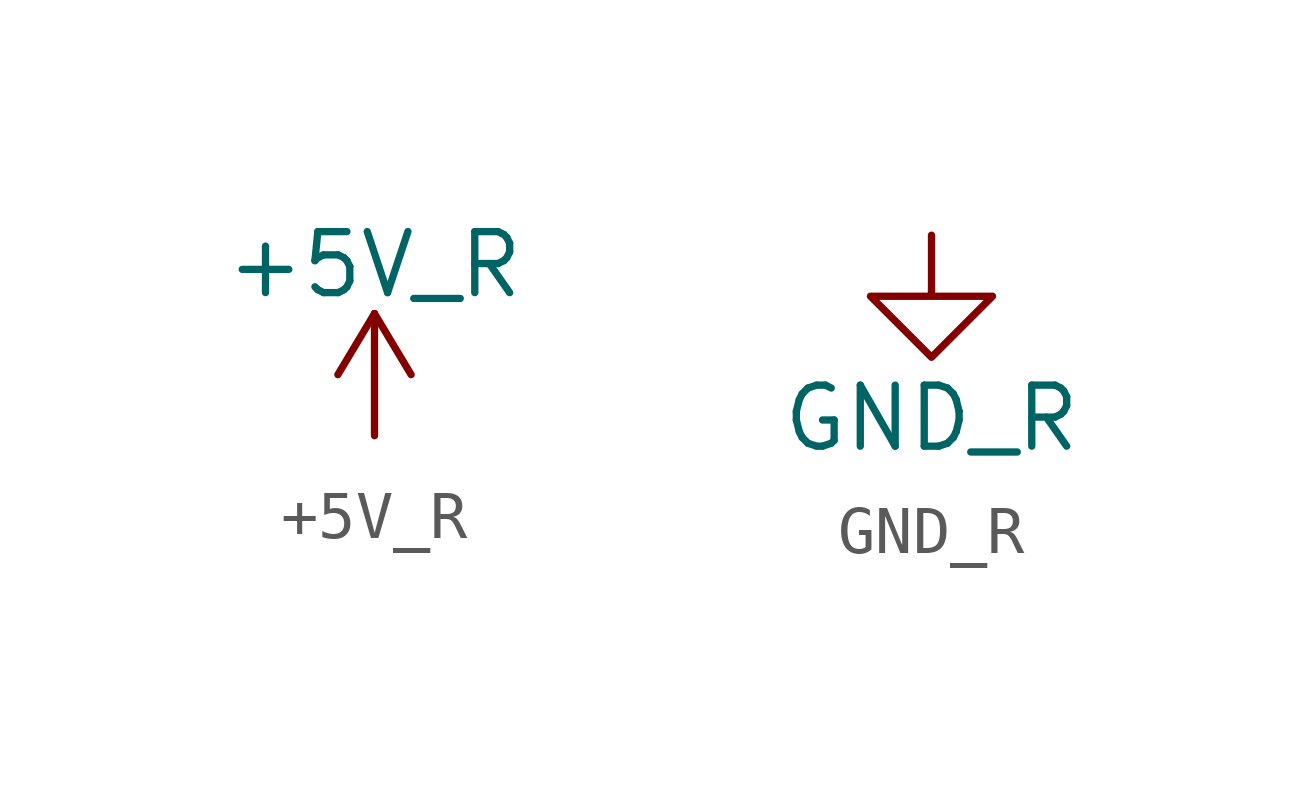
<source format=kicad_sym>
(kicad_symbol_lib
  (version 20220914)
  (generator kicad_symbol_editor)
  (symbol "+5V_R"
    (power)
    (pin_names
      (offset 0))
    (property "Reference" "#PWR"
      (at 0 -3.81 0)
      (effects (font (size 1.27 1.27)) hide))
    (property "Value" "+5V_R"
      (at 0 3.556 0)
      (effects (font (size 1.27 1.27))))
    (symbol "+5V_R_0_1"
      (polyline (pts (xy -0.762 1.27) (xy 0 2.54)) (stroke (width 0) (type default)) (fill (type none)))
      (polyline (pts (xy 0 0) (xy 0 2.54)) (stroke (width 0) (type default)) (fill (type none)))
      (polyline (pts (xy 0 2.54) (xy 0.762 1.27)) (stroke (width 0) (type default)) (fill (type none))))
    (symbol "+5V_R_1_1"
      (pin power_in line (at 0 0 90) (length 0) hide (name "+5V_R" (effects (font (size 1.27 1.27)))) (number "1" (effects (font (size 1.27 1.27)))))))
  (symbol "GND_R"
    (power)
    (pin_names
      (offset 0))
    (property "Reference" "#PWR"
      (at 0 -6.35 0)
      (effects (font (size 1.27 1.27)) hide))
    (property "Value" "GND_R"
      (at 0 -3.81 0)
      (effects (font (size 1.27 1.27))))
    (symbol "GND_R_0_1"
      (polyline (pts (xy 0 0) (xy 0 -1.27) (xy 1.27 -1.27) (xy 0 -2.54) (xy -1.27 -1.27) (xy 0 -1.27)) (stroke (width 0) (type default)) (fill (type none))))
    (symbol "GND_R_1_1"
      (pin power_in line (at 0 0 270) (length 0) hide (name "GND_R" (effects (font (size 1.27 1.27)))) (number "1" (effects (font (size 1.27 1.27))))))))
</source>
